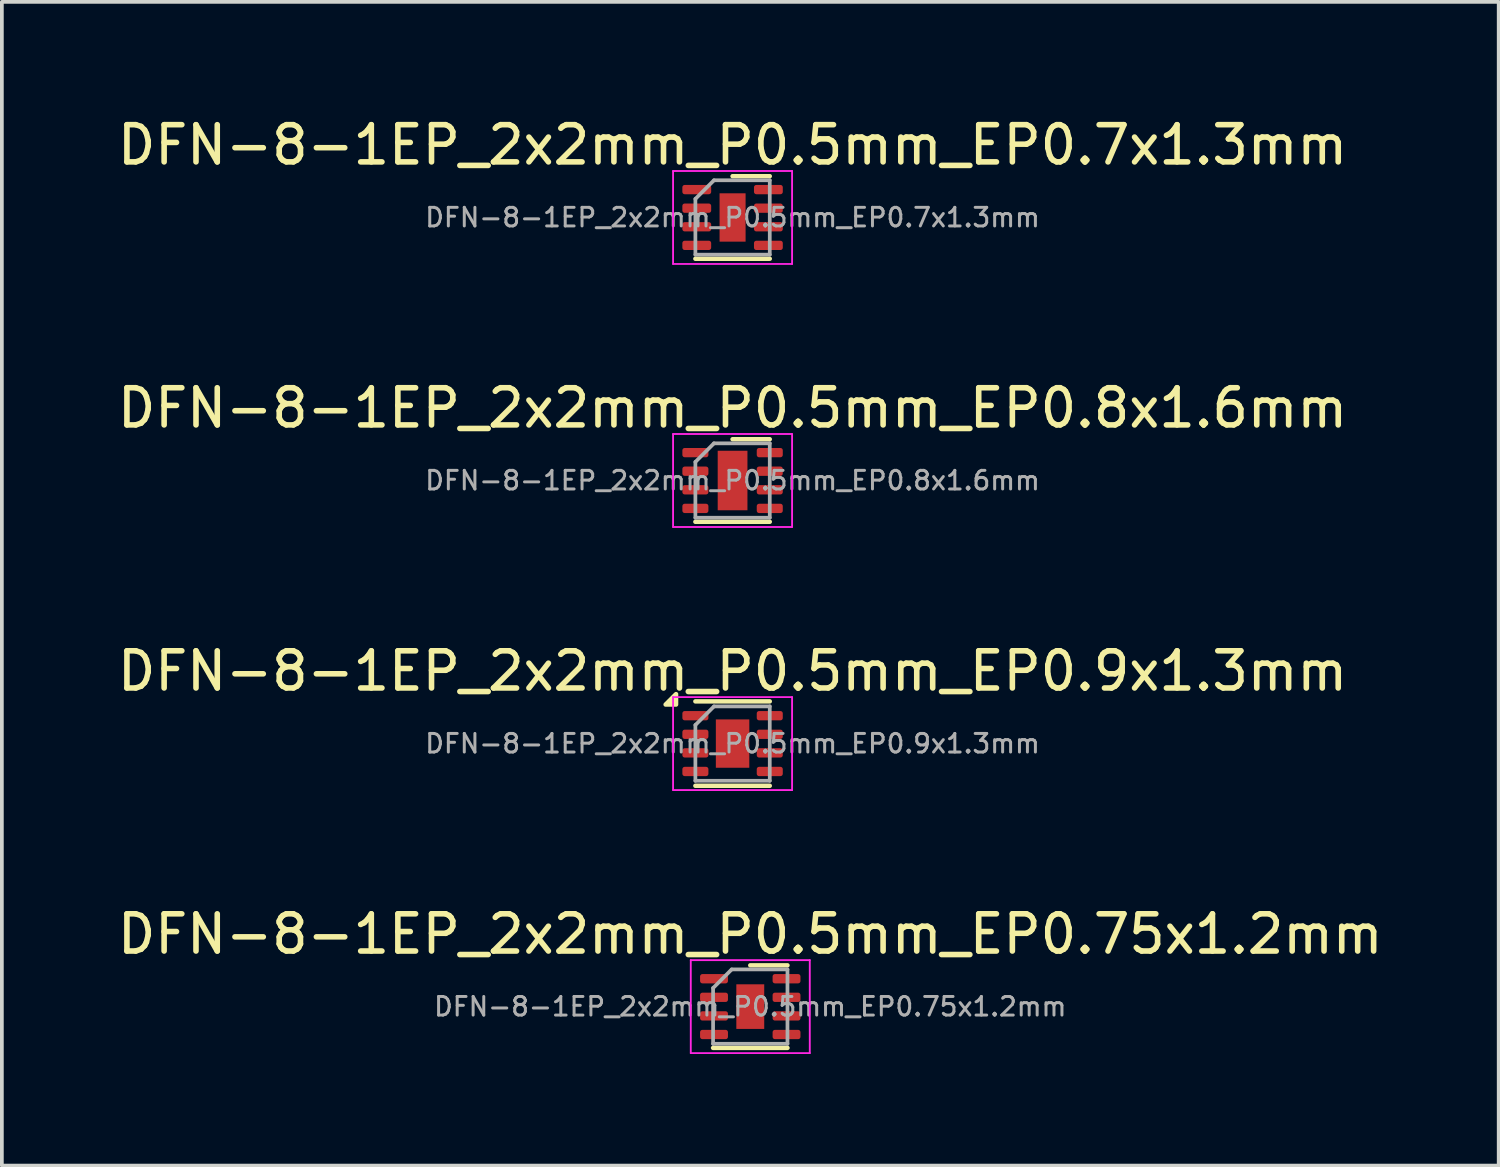
<source format=kicad_pcb>
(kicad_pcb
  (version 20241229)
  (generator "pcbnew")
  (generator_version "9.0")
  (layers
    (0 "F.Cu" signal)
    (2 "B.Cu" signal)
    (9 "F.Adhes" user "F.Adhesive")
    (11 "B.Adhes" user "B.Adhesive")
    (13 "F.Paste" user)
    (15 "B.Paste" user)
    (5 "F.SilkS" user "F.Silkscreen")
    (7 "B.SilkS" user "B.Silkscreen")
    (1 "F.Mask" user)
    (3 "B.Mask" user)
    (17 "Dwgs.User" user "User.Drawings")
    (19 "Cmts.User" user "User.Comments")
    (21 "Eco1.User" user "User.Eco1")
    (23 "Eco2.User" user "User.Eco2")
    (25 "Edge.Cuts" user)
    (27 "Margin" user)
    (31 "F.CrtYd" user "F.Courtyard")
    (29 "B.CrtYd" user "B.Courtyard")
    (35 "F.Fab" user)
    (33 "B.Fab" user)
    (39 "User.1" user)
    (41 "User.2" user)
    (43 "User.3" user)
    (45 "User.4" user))
  (footprint "DFN-8-1EP_2x2mm_P0.5mm_EP0.8x1.6mm"
    (layer "F.Cu")
    (at 16.649 9.871)
    (property "Reference" "DFN-8-1EP_2x2mm_P0.5mm_EP0.8x1.6mm" (at 0 -1.95 0) (layer "F.SilkS") (effects (font (size 1 1) (thickness 0.15))))
    (attr smd)
    (fp_line (start -1 1.11) (end 1 1.11) (stroke (width 0.12) (type solid)) (layer "F.SilkS"))
    (fp_line (start 0 -1.11) (end 1 -1.11) (stroke (width 0.12) (type solid)) (layer "F.SilkS"))
    (fp_line (start -1.6 -1.25) (end -1.6 1.25) (stroke (width 0.05) (type solid)) (layer "F.CrtYd"))
    (fp_line (start -1.6 1.25) (end 1.6 1.25) (stroke (width 0.05) (type solid)) (layer "F.CrtYd"))
    (fp_line (start 1.6 -1.25) (end -1.6 -1.25) (stroke (width 0.05) (type solid)) (layer "F.CrtYd"))
    (fp_line (start 1.6 1.25) (end 1.6 -1.25) (stroke (width 0.05) (type solid)) (layer "F.CrtYd"))
    (fp_line (start -1 -0.5) (end -0.5 -1) (stroke (width 0.1) (type solid)) (layer "F.Fab"))
    (fp_line (start -1 1) (end -1 -0.5) (stroke (width 0.1) (type solid)) (layer "F.Fab"))
    (fp_line (start -0.5 -1) (end 1 -1) (stroke (width 0.1) (type solid)) (layer "F.Fab"))
    (fp_line (start 1 -1) (end 1 1) (stroke (width 0.1) (type solid)) (layer "F.Fab"))
    (fp_line (start 1 1) (end -1 1) (stroke (width 0.1) (type solid)) (layer "F.Fab"))
    (fp_text user "${REFERENCE}" (at 0 0 0) (layer "F.Fab") (effects (font (size 0.5 0.5) (thickness 0.08))))
    (pad "" smd roundrect (at 0 0) (size 0.64 1.29) (layers "F.Paste") (roundrect_rratio 0.25))
    (pad "1" smd roundrect (at -1 -0.75) (size 0.7 0.25) (layers "F.Cu" "F.Mask" "F.Paste") (roundrect_rratio 0.25))
    (pad "2" smd roundrect (at -1 -0.25) (size 0.7 0.25) (layers "F.Cu" "F.Mask" "F.Paste") (roundrect_rratio 0.25))
    (pad "3" smd roundrect (at -1 0.25) (size 0.7 0.25) (layers "F.Cu" "F.Mask" "F.Paste") (roundrect_rratio 0.25))
    (pad "4" smd roundrect (at -1 0.75) (size 0.7 0.25) (layers "F.Cu" "F.Mask" "F.Paste") (roundrect_rratio 0.25))
    (pad "5" smd roundrect (at 1 0.75) (size 0.7 0.25) (layers "F.Cu" "F.Mask" "F.Paste") (roundrect_rratio 0.25))
    (pad "6" smd roundrect (at 1 0.25) (size 0.7 0.25) (layers "F.Cu" "F.Mask" "F.Paste") (roundrect_rratio 0.25))
    (pad "7" smd roundrect (at 1 -0.25) (size 0.7 0.25) (layers "F.Cu" "F.Mask" "F.Paste") (roundrect_rratio 0.25))
    (pad "8" smd roundrect (at 1 -0.75) (size 0.7 0.25) (layers "F.Cu" "F.Mask" "F.Paste") (roundrect_rratio 0.25))
    (pad "9" smd rect (at 0 0) (size 0.8 1.6) (layers "F.Cu" "F.Mask")))
  (footprint "DFN-8-1EP_2x2mm_P0.5mm_EP0.7x1.3mm"
    (layer "F.Cu")
    (at 16.649 2.798)
    (property "Reference" "DFN-8-1EP_2x2mm_P0.5mm_EP0.7x1.3mm" (at 0 -1.95 0) (layer "F.SilkS") (effects (font (size 1 1) (thickness 0.15))))
    (attr smd)
    (fp_line (start -1 1.11) (end 1 1.11) (stroke (width 0.12) (type solid)) (layer "F.SilkS"))
    (fp_line (start 0 -1.11) (end 1 -1.11) (stroke (width 0.12) (type solid)) (layer "F.SilkS"))
    (fp_line (start -1.6 -1.25) (end -1.6 1.25) (stroke (width 0.05) (type solid)) (layer "F.CrtYd"))
    (fp_line (start -1.6 1.25) (end 1.6 1.25) (stroke (width 0.05) (type solid)) (layer "F.CrtYd"))
    (fp_line (start 1.6 -1.25) (end -1.6 -1.25) (stroke (width 0.05) (type solid)) (layer "F.CrtYd"))
    (fp_line (start 1.6 1.25) (end 1.6 -1.25) (stroke (width 0.05) (type solid)) (layer "F.CrtYd"))
    (fp_line (start -1 -0.5) (end -0.5 -1) (stroke (width 0.1) (type solid)) (layer "F.Fab"))
    (fp_line (start -1 1) (end -1 -0.5) (stroke (width 0.1) (type solid)) (layer "F.Fab"))
    (fp_line (start -0.5 -1) (end 1 -1) (stroke (width 0.1) (type solid)) (layer "F.Fab"))
    (fp_line (start 1 -1) (end 1 1) (stroke (width 0.1) (type solid)) (layer "F.Fab"))
    (fp_line (start 1 1) (end -1 1) (stroke (width 0.1) (type solid)) (layer "F.Fab"))
    (fp_text user "${REFERENCE}" (at 0 0 0) (layer "F.Fab") (effects (font (size 0.5 0.5) (thickness 0.08))))
    (pad "" smd roundrect (at -0.175 -0.325) (size 0.28 0.52) (layers "F.Paste") (roundrect_rratio 0.25))
    (pad "" smd roundrect (at -0.175 0.325) (size 0.28 0.52) (layers "F.Paste") (roundrect_rratio 0.25))
    (pad "" smd roundrect (at 0.175 -0.325) (size 0.28 0.52) (layers "F.Paste") (roundrect_rratio 0.25))
    (pad "" smd roundrect (at 0.175 0.325) (size 0.28 0.52) (layers "F.Paste") (roundrect_rratio 0.25))
    (pad "1" smd roundrect (at -0.963 -0.75) (size 0.775 0.25) (layers "F.Cu" "F.Mask" "F.Paste") (roundrect_rratio 0.25))
    (pad "2" smd roundrect (at -0.963 -0.25) (size 0.775 0.25) (layers "F.Cu" "F.Mask" "F.Paste") (roundrect_rratio 0.25))
    (pad "3" smd roundrect (at -0.963 0.25) (size 0.775 0.25) (layers "F.Cu" "F.Mask" "F.Paste") (roundrect_rratio 0.25))
    (pad "4" smd roundrect (at -0.963 0.75) (size 0.775 0.25) (layers "F.Cu" "F.Mask" "F.Paste") (roundrect_rratio 0.25))
    (pad "5" smd roundrect (at 0.963 0.75) (size 0.775 0.25) (layers "F.Cu" "F.Mask" "F.Paste") (roundrect_rratio 0.25))
    (pad "6" smd roundrect (at 0.963 0.25) (size 0.775 0.25) (layers "F.Cu" "F.Mask" "F.Paste") (roundrect_rratio 0.25))
    (pad "7" smd roundrect (at 0.963 -0.25) (size 0.775 0.25) (layers "F.Cu" "F.Mask" "F.Paste") (roundrect_rratio 0.25))
    (pad "8" smd roundrect (at 0.963 -0.75) (size 0.775 0.25) (layers "F.Cu" "F.Mask" "F.Paste") (roundrect_rratio 0.25))
    (pad "9" smd rect (at 0 0) (size 0.7 1.3) (layers "F.Cu" "F.Mask")))
  (footprint "DFN-8-1EP_2x2mm_P0.5mm_EP0.9x1.3mm"
    (layer "F.Cu")
    (at 16.649 16.945)
    (property "Reference" "DFN-8-1EP_2x2mm_P0.5mm_EP0.9x1.3mm" (at 0 -1.95 0) (layer "F.SilkS") (effects (font (size 1 1) (thickness 0.15))))
    (attr smd)
    (fp_line (start -1 -1.135) (end 1 -1.135) (stroke (width 0.12) (type solid)) (layer "F.SilkS"))
    (fp_line (start -1 1.135) (end 1 1.135) (stroke (width 0.12) (type solid)) (layer "F.SilkS"))
    (fp_poly (pts (xy -1.52 -1.05) (xy -1.8 -1.05) (xy -1.52 -1.33) (xy -1.52 -1.05)) (stroke (width 0.12) (type solid)) (fill yes) (layer "F.SilkS"))
    (fp_line (start -1.6 -1.25) (end -1.6 1.25) (stroke (width 0.05) (type solid)) (layer "F.CrtYd"))
    (fp_line (start -1.6 1.25) (end 1.6 1.25) (stroke (width 0.05) (type solid)) (layer "F.CrtYd"))
    (fp_line (start 1.6 -1.25) (end -1.6 -1.25) (stroke (width 0.05) (type solid)) (layer "F.CrtYd"))
    (fp_line (start 1.6 1.25) (end 1.6 -1.25) (stroke (width 0.05) (type solid)) (layer "F.CrtYd"))
    (fp_line (start -1 -0.5) (end -0.5 -1) (stroke (width 0.1) (type solid)) (layer "F.Fab"))
    (fp_line (start -1 1) (end -1 -0.5) (stroke (width 0.1) (type solid)) (layer "F.Fab"))
    (fp_line (start -0.5 -1) (end 1 -1) (stroke (width 0.1) (type solid)) (layer "F.Fab"))
    (fp_line (start 1 -1) (end 1 1) (stroke (width 0.1) (type solid)) (layer "F.Fab"))
    (fp_line (start 1 1) (end -1 1) (stroke (width 0.1) (type solid)) (layer "F.Fab"))
    (fp_text user "${REFERENCE}" (at 0 0 0) (layer "F.Fab") (effects (font (size 0.5 0.5) (thickness 0.08))))
    (pad "" smd roundrect (at -0.225 -0.325) (size 0.36 0.52) (layers "F.Paste") (roundrect_rratio 0.25))
    (pad "" smd roundrect (at -0.225 0.325) (size 0.36 0.52) (layers "F.Paste") (roundrect_rratio 0.25))
    (pad "" smd roundrect (at 0.225 -0.325) (size 0.36 0.52) (layers "F.Paste") (roundrect_rratio 0.25))
    (pad "" smd roundrect (at 0.225 0.325) (size 0.36 0.52) (layers "F.Paste") (roundrect_rratio 0.25))
    (pad "1" smd roundrect (at -1 -0.75) (size 0.7 0.25) (layers "F.Cu" "F.Mask" "F.Paste") (roundrect_rratio 0.25))
    (pad "2" smd roundrect (at -1 -0.25) (size 0.7 0.25) (layers "F.Cu" "F.Mask" "F.Paste") (roundrect_rratio 0.25))
    (pad "3" smd roundrect (at -1 0.25) (size 0.7 0.25) (layers "F.Cu" "F.Mask" "F.Paste") (roundrect_rratio 0.25))
    (pad "4" smd roundrect (at -1 0.75) (size 0.7 0.25) (layers "F.Cu" "F.Mask" "F.Paste") (roundrect_rratio 0.25))
    (pad "5" smd roundrect (at 1 0.75) (size 0.7 0.25) (layers "F.Cu" "F.Mask" "F.Paste") (roundrect_rratio 0.25))
    (pad "6" smd roundrect (at 1 0.25) (size 0.7 0.25) (layers "F.Cu" "F.Mask" "F.Paste") (roundrect_rratio 0.25))
    (pad "7" smd roundrect (at 1 -0.25) (size 0.7 0.25) (layers "F.Cu" "F.Mask" "F.Paste") (roundrect_rratio 0.25))
    (pad "8" smd roundrect (at 1 -0.75) (size 0.7 0.25) (layers "F.Cu" "F.Mask" "F.Paste") (roundrect_rratio 0.25))
    (pad "9" smd rect (at 0 0) (size 0.9 1.3) (property pad_prop_heatsink) (layers "F.Cu" "F.Mask")))
  (footprint "DFN-8-1EP_2x2mm_P0.5mm_EP0.75x1.2mm"
    (layer "F.Cu")
    (at 17.125 24.018)
    (property "Reference" "DFN-8-1EP_2x2mm_P0.5mm_EP0.75x1.2mm" (at 0 -1.95 0) (layer "F.SilkS") (effects (font (size 1 1) (thickness 0.15))))
    (attr smd)
    (fp_line (start -1 1.11) (end 1 1.11) (stroke (width 0.12) (type solid)) (layer "F.SilkS"))
    (fp_line (start 0 -1.11) (end 1 -1.11) (stroke (width 0.12) (type solid)) (layer "F.SilkS"))
    (fp_line (start -1.6 -1.25) (end -1.6 1.25) (stroke (width 0.05) (type solid)) (layer "F.CrtYd"))
    (fp_line (start -1.6 1.25) (end 1.6 1.25) (stroke (width 0.05) (type solid)) (layer "F.CrtYd"))
    (fp_line (start 1.6 -1.25) (end -1.6 -1.25) (stroke (width 0.05) (type solid)) (layer "F.CrtYd"))
    (fp_line (start 1.6 1.25) (end 1.6 -1.25) (stroke (width 0.05) (type solid)) (layer "F.CrtYd"))
    (fp_line (start -1 -0.5) (end -0.5 -1) (stroke (width 0.1) (type solid)) (layer "F.Fab"))
    (fp_line (start -1 1) (end -1 -0.5) (stroke (width 0.1) (type solid)) (layer "F.Fab"))
    (fp_line (start -0.5 -1) (end 1 -1) (stroke (width 0.1) (type solid)) (layer "F.Fab"))
    (fp_line (start 1 -1) (end 1 1) (stroke (width 0.1) (type solid)) (layer "F.Fab"))
    (fp_line (start 1 1) (end -1 1) (stroke (width 0.1) (type solid)) (layer "F.Fab"))
    (fp_text user "${REFERENCE}" (at 0 0 0) (layer "F.Fab") (effects (font (size 0.5 0.5) (thickness 0.08))))
    (pad "" smd roundrect (at 0 -0.3) (size 0.6 0.48) (layers "F.Paste") (roundrect_rratio 0.25))
    (pad "" smd roundrect (at 0 0.3) (size 0.6 0.48) (layers "F.Paste") (roundrect_rratio 0.25))
    (pad "1" smd roundrect (at -0.975 -0.75) (size 0.75 0.25) (layers "F.Cu" "F.Mask" "F.Paste") (roundrect_rratio 0.25))
    (pad "2" smd roundrect (at -0.975 -0.25) (size 0.75 0.25) (layers "F.Cu" "F.Mask" "F.Paste") (roundrect_rratio 0.25))
    (pad "3" smd roundrect (at -0.975 0.25) (size 0.75 0.25) (layers "F.Cu" "F.Mask" "F.Paste") (roundrect_rratio 0.25))
    (pad "4" smd roundrect (at -0.975 0.75) (size 0.75 0.25) (layers "F.Cu" "F.Mask" "F.Paste") (roundrect_rratio 0.25))
    (pad "5" smd roundrect (at 0.975 0.75) (size 0.75 0.25) (layers "F.Cu" "F.Mask" "F.Paste") (roundrect_rratio 0.25))
    (pad "6" smd roundrect (at 0.975 0.25) (size 0.75 0.25) (layers "F.Cu" "F.Mask" "F.Paste") (roundrect_rratio 0.25))
    (pad "7" smd roundrect (at 0.975 -0.25) (size 0.75 0.25) (layers "F.Cu" "F.Mask" "F.Paste") (roundrect_rratio 0.25))
    (pad "8" smd roundrect (at 0.975 -0.75) (size 0.75 0.25) (layers "F.Cu" "F.Mask" "F.Paste") (roundrect_rratio 0.25))
    (pad "9" smd rect (at 0 0) (size 0.75 1.2) (layers "F.Cu" "F.Mask")))
  (gr_rect
    (start -3 -3)
    (end 37.25 28.293)
    (stroke (width 0.1) (type default))
    (fill no)
    (layer "Edge.Cuts")))
</source>
